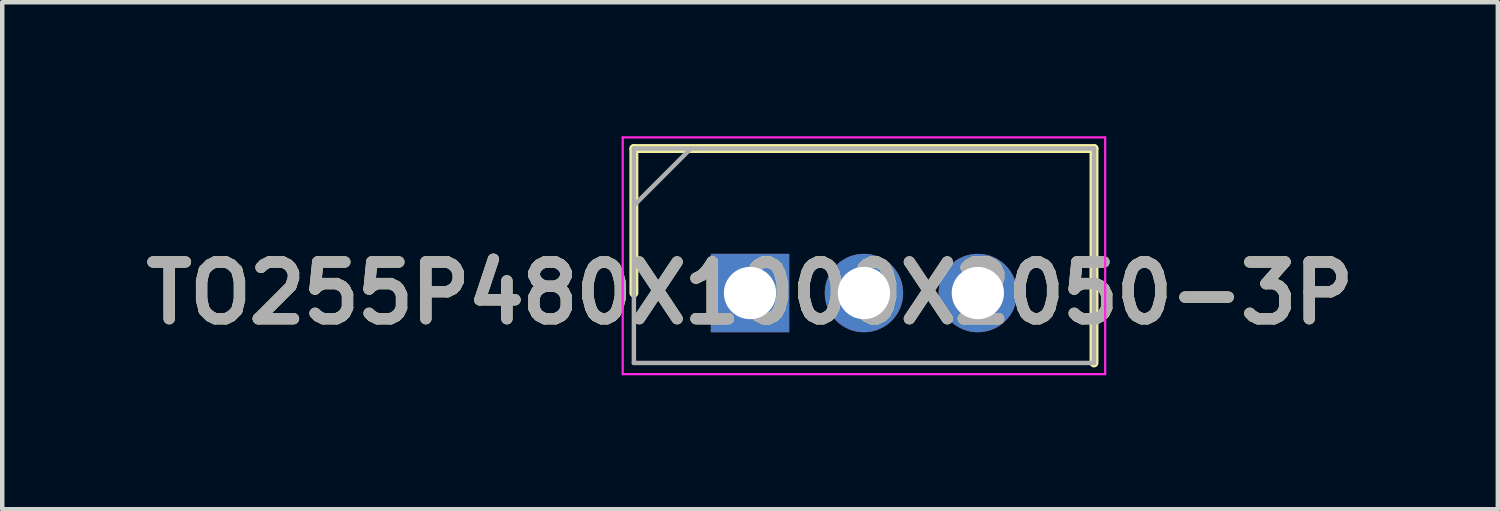
<source format=kicad_pcb>
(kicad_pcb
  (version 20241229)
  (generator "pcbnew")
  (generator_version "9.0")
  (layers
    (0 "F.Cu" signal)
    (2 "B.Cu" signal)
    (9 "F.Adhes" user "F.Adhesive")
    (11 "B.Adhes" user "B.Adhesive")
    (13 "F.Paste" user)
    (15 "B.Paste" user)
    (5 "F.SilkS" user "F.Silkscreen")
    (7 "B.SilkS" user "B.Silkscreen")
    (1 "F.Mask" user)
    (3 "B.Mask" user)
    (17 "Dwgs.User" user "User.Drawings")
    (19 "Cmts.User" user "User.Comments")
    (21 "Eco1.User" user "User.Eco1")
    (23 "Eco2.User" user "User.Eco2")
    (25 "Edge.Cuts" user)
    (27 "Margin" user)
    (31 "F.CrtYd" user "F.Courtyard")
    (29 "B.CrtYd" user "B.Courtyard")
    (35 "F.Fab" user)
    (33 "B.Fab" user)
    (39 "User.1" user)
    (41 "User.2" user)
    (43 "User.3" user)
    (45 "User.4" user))
  (footprint "TO255P480X1000X2050-3P"
    (layer "F.Cu")
    (at 13.74 3.51)
    (property "Reference" "TO255P480X1000X2050-3P" (at 0 0 0) (layer "F.SilkS") (effects (font (size 1.27 1.27) (thickness 0.254))))
    (attr through_hole)
    (fp_line (start -2.6 -3.235) (end -2.6 0) (stroke (width 0.2) (type solid)) (layer "F.SilkS"))
    (fp_line (start 7.7 -3.235) (end -2.6 -3.235) (stroke (width 0.2) (type solid)) (layer "F.SilkS"))
    (fp_line (start 7.7 1.565) (end 7.7 -3.235) (stroke (width 0.2) (type solid)) (layer "F.SilkS"))
    (fp_line (start -2.85 -3.485) (end 7.95 -3.485) (stroke (width 0.05) (type solid)) (layer "F.CrtYd"))
    (fp_line (start -2.85 1.815) (end -2.85 -3.485) (stroke (width 0.05) (type solid)) (layer "F.CrtYd"))
    (fp_line (start 7.95 -3.485) (end 7.95 1.815) (stroke (width 0.05) (type solid)) (layer "F.CrtYd"))
    (fp_line (start 7.95 1.815) (end -2.85 1.815) (stroke (width 0.05) (type solid)) (layer "F.CrtYd"))
    (fp_line (start -2.6 -3.235) (end 7.7 -3.235) (stroke (width 0.1) (type solid)) (layer "F.Fab"))
    (fp_line (start -2.6 -1.96) (end -1.325 -3.235) (stroke (width 0.1) (type solid)) (layer "F.Fab"))
    (fp_line (start -2.6 1.565) (end -2.6 -3.235) (stroke (width 0.1) (type solid)) (layer "F.Fab"))
    (fp_line (start 7.7 -3.235) (end 7.7 1.565) (stroke (width 0.1) (type solid)) (layer "F.Fab"))
    (fp_line (start 7.7 1.565) (end -2.6 1.565) (stroke (width 0.1) (type solid)) (layer "F.Fab"))
    (fp_text user "${REFERENCE}" (at 0 0 0) (layer "F.Fab") (effects (font (size 1.27 1.27) (thickness 0.254))))
    (pad "1" thru_hole rect (at 0 0) (size 1.755 1.755) (drill 1.17) (layers "*.Cu" "*.Mask"))
    (pad "2" thru_hole circle (at 2.55 0) (size 1.755 1.755) (drill 1.17) (layers "*.Cu" "*.Mask"))
    (pad "3" thru_hole circle (at 5.1 0) (size 1.755 1.755) (drill 1.17) (layers "*.Cu" "*.Mask")))
  (gr_rect
    (start -3 -3)
    (end 30.48 8.35)
    (stroke (width 0.1) (type default))
    (fill no)
    (layer "Edge.Cuts")))
</source>
